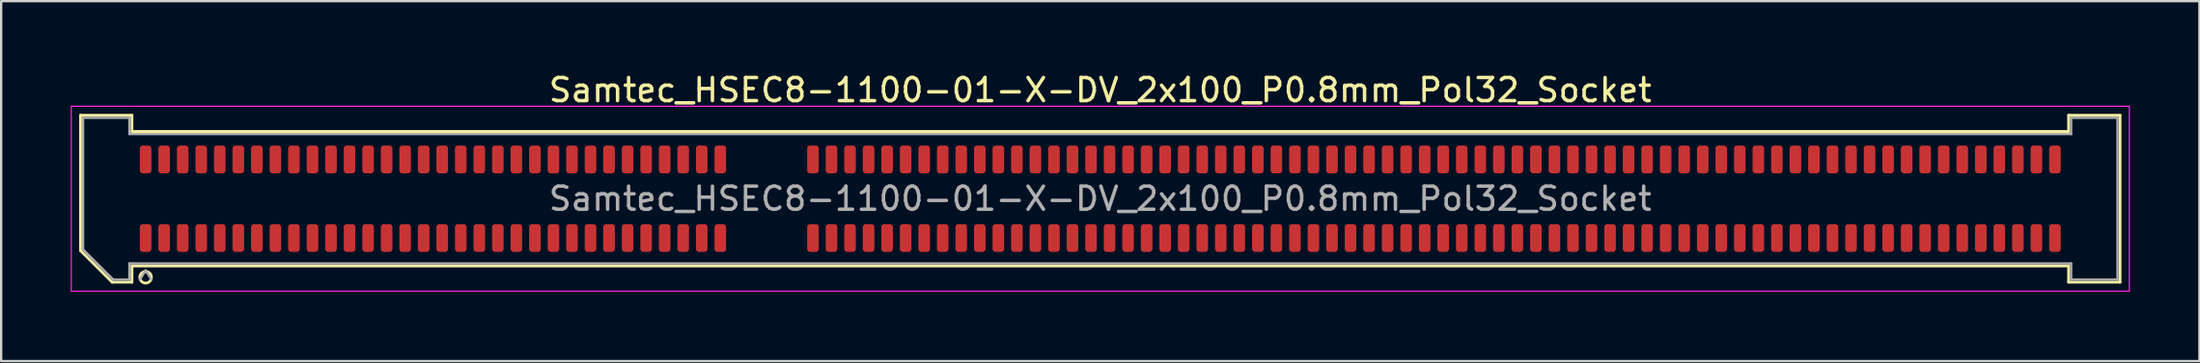
<source format=kicad_pcb>
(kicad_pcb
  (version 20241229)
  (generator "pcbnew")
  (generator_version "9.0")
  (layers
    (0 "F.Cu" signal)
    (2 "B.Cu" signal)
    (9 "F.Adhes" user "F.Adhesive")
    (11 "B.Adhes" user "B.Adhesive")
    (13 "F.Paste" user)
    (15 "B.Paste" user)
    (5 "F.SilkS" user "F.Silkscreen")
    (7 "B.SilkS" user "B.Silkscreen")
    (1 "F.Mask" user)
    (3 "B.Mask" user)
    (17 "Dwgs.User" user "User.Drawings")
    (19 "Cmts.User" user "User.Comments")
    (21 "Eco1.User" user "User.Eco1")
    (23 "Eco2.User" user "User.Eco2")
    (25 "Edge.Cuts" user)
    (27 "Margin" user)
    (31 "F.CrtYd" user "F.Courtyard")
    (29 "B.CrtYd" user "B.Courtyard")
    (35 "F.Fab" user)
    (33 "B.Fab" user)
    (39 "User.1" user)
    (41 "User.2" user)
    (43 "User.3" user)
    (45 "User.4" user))
  (footprint "Samtec_HSEC8-1100-01-X-DV_2x100_P0.8mm_Pol32_Socket"
    (layer "F.Cu")
    (at 44.435 5.548)
    (property "Reference" "Samtec_HSEC8-1100-01-X-DV_2x100_P0.8mm_Pol32_Socket" (at 0 -4.7 0) (layer "F.SilkS") (effects (font (size 1 1) (thickness 0.15))))
    (attr smd)
    (fp_line (start -44.01 -3.61) (end -41.79 -3.61) (stroke (width 0.12) (type solid)) (layer "F.SilkS"))
    (fp_line (start -44.01 2.246) (end -44.01 -3.61) (stroke (width 0.12) (type solid)) (layer "F.SilkS"))
    (fp_line (start -42.646 3.61) (end -44.01 2.246) (stroke (width 0.12) (type solid)) (layer "F.SilkS"))
    (fp_line (start -41.79 -3.61) (end -41.79 -2.91) (stroke (width 0.12) (type solid)) (layer "F.SilkS"))
    (fp_line (start -41.79 -2.91) (end 41.79 -2.91) (stroke (width 0.12) (type solid)) (layer "F.SilkS"))
    (fp_line (start -41.79 2.91) (end -41.79 3.61) (stroke (width 0.12) (type solid)) (layer "F.SilkS"))
    (fp_line (start -41.79 3.61) (end -42.646 3.61) (stroke (width 0.12) (type solid)) (layer "F.SilkS"))
    (fp_line (start 41.79 -3.61) (end 44.01 -3.61) (stroke (width 0.12) (type solid)) (layer "F.SilkS"))
    (fp_line (start 41.79 -2.91) (end 41.79 -3.61) (stroke (width 0.12) (type solid)) (layer "F.SilkS"))
    (fp_line (start 41.79 2.91) (end -41.79 2.91) (stroke (width 0.12) (type solid)) (layer "F.SilkS"))
    (fp_line (start 41.79 3.61) (end 41.79 2.91) (stroke (width 0.12) (type solid)) (layer "F.SilkS"))
    (fp_line (start 44.01 -3.61) (end 44.01 3.61) (stroke (width 0.12) (type solid)) (layer "F.SilkS"))
    (fp_line (start 44.01 3.61) (end 41.79 3.61) (stroke (width 0.12) (type solid)) (layer "F.SilkS"))
    (fp_arc (start -40.95 3.4) (mid -41.45 3.4) (end -40.95 3.4) (stroke (width 0.12) (type solid)) (layer "F.SilkS"))
    (fp_line (start -44.41 -4) (end -44.41 4) (stroke (width 0.05) (type solid)) (layer "F.CrtYd"))
    (fp_line (start -44.41 4) (end 44.41 4) (stroke (width 0.05) (type solid)) (layer "F.CrtYd"))
    (fp_line (start 44.41 -4) (end -44.41 -4) (stroke (width 0.05) (type solid)) (layer "F.CrtYd"))
    (fp_line (start 44.41 4) (end 44.41 -4) (stroke (width 0.05) (type solid)) (layer "F.CrtYd"))
    (fp_line (start -43.9 -3.5) (end -41.9 -3.5) (stroke (width 0.1) (type solid)) (layer "F.Fab"))
    (fp_line (start -43.9 2.2) (end -43.9 -3.5) (stroke (width 0.1) (type solid)) (layer "F.Fab"))
    (fp_line (start -42.6 3.5) (end -43.9 2.2) (stroke (width 0.1) (type solid)) (layer "F.Fab"))
    (fp_line (start -41.9 -3.5) (end -41.9 -2.8) (stroke (width 0.1) (type solid)) (layer "F.Fab"))
    (fp_line (start -41.9 -2.8) (end 41.9 -2.8) (stroke (width 0.1) (type solid)) (layer "F.Fab"))
    (fp_line (start -41.9 2.8) (end -41.9 3.5) (stroke (width 0.1) (type solid)) (layer "F.Fab"))
    (fp_line (start -41.9 3.5) (end -42.6 3.5) (stroke (width 0.1) (type solid)) (layer "F.Fab"))
    (fp_line (start -41.2 3.1) (end -41.45 3.5) (stroke (width 0.1) (type solid)) (layer "F.Fab"))
    (fp_line (start -41.2 3.1) (end -40.95 3.5) (stroke (width 0.1) (type solid)) (layer "F.Fab"))
    (fp_line (start 41.9 -3.5) (end 43.9 -3.5) (stroke (width 0.1) (type solid)) (layer "F.Fab"))
    (fp_line (start 41.9 -2.8) (end 41.9 -3.5) (stroke (width 0.1) (type solid)) (layer "F.Fab"))
    (fp_line (start 41.9 2.8) (end -41.9 2.8) (stroke (width 0.1) (type solid)) (layer "F.Fab"))
    (fp_line (start 41.9 3.5) (end 41.9 2.8) (stroke (width 0.1) (type solid)) (layer "F.Fab"))
    (fp_line (start 43.9 -3.5) (end 43.9 3.5) (stroke (width 0.1) (type solid)) (layer "F.Fab"))
    (fp_line (start 43.9 3.5) (end 41.9 3.5) (stroke (width 0.1) (type solid)) (layer "F.Fab"))
    (fp_text user "${REFERENCE}" (at 0 0 0) (layer "F.Fab") (effects (font (size 1 1) (thickness 0.15))))
    (pad "1" smd roundrect (at -41.2 1.7) (size 0.5 1.2) (layers "F.Cu" "F.Mask" "F.Paste") (roundrect_rratio 0.25))
    (pad "2" smd roundrect (at -41.2 -1.7) (size 0.5 1.2) (layers "F.Cu" "F.Mask" "F.Paste") (roundrect_rratio 0.25))
    (pad "3" smd roundrect (at -40.4 1.7) (size 0.5 1.2) (layers "F.Cu" "F.Mask" "F.Paste") (roundrect_rratio 0.25))
    (pad "4" smd roundrect (at -40.4 -1.7) (size 0.5 1.2) (layers "F.Cu" "F.Mask" "F.Paste") (roundrect_rratio 0.25))
    (pad "5" smd roundrect (at -39.6 1.7) (size 0.5 1.2) (layers "F.Cu" "F.Mask" "F.Paste") (roundrect_rratio 0.25))
    (pad "6" smd roundrect (at -39.6 -1.7) (size 0.5 1.2) (layers "F.Cu" "F.Mask" "F.Paste") (roundrect_rratio 0.25))
    (pad "7" smd roundrect (at -38.8 1.7) (size 0.5 1.2) (layers "F.Cu" "F.Mask" "F.Paste") (roundrect_rratio 0.25))
    (pad "8" smd roundrect (at -38.8 -1.7) (size 0.5 1.2) (layers "F.Cu" "F.Mask" "F.Paste") (roundrect_rratio 0.25))
    (pad "9" smd roundrect (at -38 1.7) (size 0.5 1.2) (layers "F.Cu" "F.Mask" "F.Paste") (roundrect_rratio 0.25))
    (pad "10" smd roundrect (at -38 -1.7) (size 0.5 1.2) (layers "F.Cu" "F.Mask" "F.Paste") (roundrect_rratio 0.25))
    (pad "11" smd roundrect (at -37.2 1.7) (size 0.5 1.2) (layers "F.Cu" "F.Mask" "F.Paste") (roundrect_rratio 0.25))
    (pad "12" smd roundrect (at -37.2 -1.7) (size 0.5 1.2) (layers "F.Cu" "F.Mask" "F.Paste") (roundrect_rratio 0.25))
    (pad "13" smd roundrect (at -36.4 1.7) (size 0.5 1.2) (layers "F.Cu" "F.Mask" "F.Paste") (roundrect_rratio 0.25))
    (pad "14" smd roundrect (at -36.4 -1.7) (size 0.5 1.2) (layers "F.Cu" "F.Mask" "F.Paste") (roundrect_rratio 0.25))
    (pad "15" smd roundrect (at -35.6 1.7) (size 0.5 1.2) (layers "F.Cu" "F.Mask" "F.Paste") (roundrect_rratio 0.25))
    (pad "16" smd roundrect (at -35.6 -1.7) (size 0.5 1.2) (layers "F.Cu" "F.Mask" "F.Paste") (roundrect_rratio 0.25))
    (pad "17" smd roundrect (at -34.8 1.7) (size 0.5 1.2) (layers "F.Cu" "F.Mask" "F.Paste") (roundrect_rratio 0.25))
    (pad "18" smd roundrect (at -34.8 -1.7) (size 0.5 1.2) (layers "F.Cu" "F.Mask" "F.Paste") (roundrect_rratio 0.25))
    (pad "19" smd roundrect (at -34 1.7) (size 0.5 1.2) (layers "F.Cu" "F.Mask" "F.Paste") (roundrect_rratio 0.25))
    (pad "20" smd roundrect (at -34 -1.7) (size 0.5 1.2) (layers "F.Cu" "F.Mask" "F.Paste") (roundrect_rratio 0.25))
    (pad "21" smd roundrect (at -33.2 1.7) (size 0.5 1.2) (layers "F.Cu" "F.Mask" "F.Paste") (roundrect_rratio 0.25))
    (pad "22" smd roundrect (at -33.2 -1.7) (size 0.5 1.2) (layers "F.Cu" "F.Mask" "F.Paste") (roundrect_rratio 0.25))
    (pad "23" smd roundrect (at -32.4 1.7) (size 0.5 1.2) (layers "F.Cu" "F.Mask" "F.Paste") (roundrect_rratio 0.25))
    (pad "24" smd roundrect (at -32.4 -1.7) (size 0.5 1.2) (layers "F.Cu" "F.Mask" "F.Paste") (roundrect_rratio 0.25))
    (pad "25" smd roundrect (at -31.6 1.7) (size 0.5 1.2) (layers "F.Cu" "F.Mask" "F.Paste") (roundrect_rratio 0.25))
    (pad "26" smd roundrect (at -31.6 -1.7) (size 0.5 1.2) (layers "F.Cu" "F.Mask" "F.Paste") (roundrect_rratio 0.25))
    (pad "27" smd roundrect (at -30.8 1.7) (size 0.5 1.2) (layers "F.Cu" "F.Mask" "F.Paste") (roundrect_rratio 0.25))
    (pad "28" smd roundrect (at -30.8 -1.7) (size 0.5 1.2) (layers "F.Cu" "F.Mask" "F.Paste") (roundrect_rratio 0.25))
    (pad "29" smd roundrect (at -30 1.7) (size 0.5 1.2) (layers "F.Cu" "F.Mask" "F.Paste") (roundrect_rratio 0.25))
    (pad "30" smd roundrect (at -30 -1.7) (size 0.5 1.2) (layers "F.Cu" "F.Mask" "F.Paste") (roundrect_rratio 0.25))
    (pad "31" smd roundrect (at -29.2 1.7) (size 0.5 1.2) (layers "F.Cu" "F.Mask" "F.Paste") (roundrect_rratio 0.25))
    (pad "32" smd roundrect (at -29.2 -1.7) (size 0.5 1.2) (layers "F.Cu" "F.Mask" "F.Paste") (roundrect_rratio 0.25))
    (pad "33" smd roundrect (at -28.4 1.7) (size 0.5 1.2) (layers "F.Cu" "F.Mask" "F.Paste") (roundrect_rratio 0.25))
    (pad "34" smd roundrect (at -28.4 -1.7) (size 0.5 1.2) (layers "F.Cu" "F.Mask" "F.Paste") (roundrect_rratio 0.25))
    (pad "35" smd roundrect (at -27.6 1.7) (size 0.5 1.2) (layers "F.Cu" "F.Mask" "F.Paste") (roundrect_rratio 0.25))
    (pad "36" smd roundrect (at -27.6 -1.7) (size 0.5 1.2) (layers "F.Cu" "F.Mask" "F.Paste") (roundrect_rratio 0.25))
    (pad "37" smd roundrect (at -26.8 1.7) (size 0.5 1.2) (layers "F.Cu" "F.Mask" "F.Paste") (roundrect_rratio 0.25))
    (pad "38" smd roundrect (at -26.8 -1.7) (size 0.5 1.2) (layers "F.Cu" "F.Mask" "F.Paste") (roundrect_rratio 0.25))
    (pad "39" smd roundrect (at -26 1.7) (size 0.5 1.2) (layers "F.Cu" "F.Mask" "F.Paste") (roundrect_rratio 0.25))
    (pad "40" smd roundrect (at -26 -1.7) (size 0.5 1.2) (layers "F.Cu" "F.Mask" "F.Paste") (roundrect_rratio 0.25))
    (pad "41" smd roundrect (at -25.2 1.7) (size 0.5 1.2) (layers "F.Cu" "F.Mask" "F.Paste") (roundrect_rratio 0.25))
    (pad "42" smd roundrect (at -25.2 -1.7) (size 0.5 1.2) (layers "F.Cu" "F.Mask" "F.Paste") (roundrect_rratio 0.25))
    (pad "43" smd roundrect (at -24.4 1.7) (size 0.5 1.2) (layers "F.Cu" "F.Mask" "F.Paste") (roundrect_rratio 0.25))
    (pad "44" smd roundrect (at -24.4 -1.7) (size 0.5 1.2) (layers "F.Cu" "F.Mask" "F.Paste") (roundrect_rratio 0.25))
    (pad "45" smd roundrect (at -23.6 1.7) (size 0.5 1.2) (layers "F.Cu" "F.Mask" "F.Paste") (roundrect_rratio 0.25))
    (pad "46" smd roundrect (at -23.6 -1.7) (size 0.5 1.2) (layers "F.Cu" "F.Mask" "F.Paste") (roundrect_rratio 0.25))
    (pad "47" smd roundrect (at -22.8 1.7) (size 0.5 1.2) (layers "F.Cu" "F.Mask" "F.Paste") (roundrect_rratio 0.25))
    (pad "48" smd roundrect (at -22.8 -1.7) (size 0.5 1.2) (layers "F.Cu" "F.Mask" "F.Paste") (roundrect_rratio 0.25))
    (pad "49" smd roundrect (at -22 1.7) (size 0.5 1.2) (layers "F.Cu" "F.Mask" "F.Paste") (roundrect_rratio 0.25))
    (pad "50" smd roundrect (at -22 -1.7) (size 0.5 1.2) (layers "F.Cu" "F.Mask" "F.Paste") (roundrect_rratio 0.25))
    (pad "51" smd roundrect (at -21.2 1.7) (size 0.5 1.2) (layers "F.Cu" "F.Mask" "F.Paste") (roundrect_rratio 0.25))
    (pad "52" smd roundrect (at -21.2 -1.7) (size 0.5 1.2) (layers "F.Cu" "F.Mask" "F.Paste") (roundrect_rratio 0.25))
    (pad "53" smd roundrect (at -20.4 1.7) (size 0.5 1.2) (layers "F.Cu" "F.Mask" "F.Paste") (roundrect_rratio 0.25))
    (pad "54" smd roundrect (at -20.4 -1.7) (size 0.5 1.2) (layers "F.Cu" "F.Mask" "F.Paste") (roundrect_rratio 0.25))
    (pad "55" smd roundrect (at -19.6 1.7) (size 0.5 1.2) (layers "F.Cu" "F.Mask" "F.Paste") (roundrect_rratio 0.25))
    (pad "56" smd roundrect (at -19.6 -1.7) (size 0.5 1.2) (layers "F.Cu" "F.Mask" "F.Paste") (roundrect_rratio 0.25))
    (pad "57" smd roundrect (at -18.8 1.7) (size 0.5 1.2) (layers "F.Cu" "F.Mask" "F.Paste") (roundrect_rratio 0.25))
    (pad "58" smd roundrect (at -18.8 -1.7) (size 0.5 1.2) (layers "F.Cu" "F.Mask" "F.Paste") (roundrect_rratio 0.25))
    (pad "59" smd roundrect (at -18 1.7) (size 0.5 1.2) (layers "F.Cu" "F.Mask" "F.Paste") (roundrect_rratio 0.25))
    (pad "60" smd roundrect (at -18 -1.7) (size 0.5 1.2) (layers "F.Cu" "F.Mask" "F.Paste") (roundrect_rratio 0.25))
    (pad "61" smd roundrect (at -17.2 1.7) (size 0.5 1.2) (layers "F.Cu" "F.Mask" "F.Paste") (roundrect_rratio 0.25))
    (pad "62" smd roundrect (at -17.2 -1.7) (size 0.5 1.2) (layers "F.Cu" "F.Mask" "F.Paste") (roundrect_rratio 0.25))
    (pad "63" smd roundrect (at -16.4 1.7) (size 0.5 1.2) (layers "F.Cu" "F.Mask" "F.Paste") (roundrect_rratio 0.25))
    (pad "64" smd roundrect (at -16.4 -1.7) (size 0.5 1.2) (layers "F.Cu" "F.Mask" "F.Paste") (roundrect_rratio 0.25))
    (pad "65" smd roundrect (at -12.4 1.7) (size 0.5 1.2) (layers "F.Cu" "F.Mask" "F.Paste") (roundrect_rratio 0.25))
    (pad "66" smd roundrect (at -12.4 -1.7) (size 0.5 1.2) (layers "F.Cu" "F.Mask" "F.Paste") (roundrect_rratio 0.25))
    (pad "67" smd roundrect (at -11.6 1.7) (size 0.5 1.2) (layers "F.Cu" "F.Mask" "F.Paste") (roundrect_rratio 0.25))
    (pad "68" smd roundrect (at -11.6 -1.7) (size 0.5 1.2) (layers "F.Cu" "F.Mask" "F.Paste") (roundrect_rratio 0.25))
    (pad "69" smd roundrect (at -10.8 1.7) (size 0.5 1.2) (layers "F.Cu" "F.Mask" "F.Paste") (roundrect_rratio 0.25))
    (pad "70" smd roundrect (at -10.8 -1.7) (size 0.5 1.2) (layers "F.Cu" "F.Mask" "F.Paste") (roundrect_rratio 0.25))
    (pad "71" smd roundrect (at -10 1.7) (size 0.5 1.2) (layers "F.Cu" "F.Mask" "F.Paste") (roundrect_rratio 0.25))
    (pad "72" smd roundrect (at -10 -1.7) (size 0.5 1.2) (layers "F.Cu" "F.Mask" "F.Paste") (roundrect_rratio 0.25))
    (pad "73" smd roundrect (at -9.2 1.7) (size 0.5 1.2) (layers "F.Cu" "F.Mask" "F.Paste") (roundrect_rratio 0.25))
    (pad "74" smd roundrect (at -9.2 -1.7) (size 0.5 1.2) (layers "F.Cu" "F.Mask" "F.Paste") (roundrect_rratio 0.25))
    (pad "75" smd roundrect (at -8.4 1.7) (size 0.5 1.2) (layers "F.Cu" "F.Mask" "F.Paste") (roundrect_rratio 0.25))
    (pad "76" smd roundrect (at -8.4 -1.7) (size 0.5 1.2) (layers "F.Cu" "F.Mask" "F.Paste") (roundrect_rratio 0.25))
    (pad "77" smd roundrect (at -7.6 1.7) (size 0.5 1.2) (layers "F.Cu" "F.Mask" "F.Paste") (roundrect_rratio 0.25))
    (pad "78" smd roundrect (at -7.6 -1.7) (size 0.5 1.2) (layers "F.Cu" "F.Mask" "F.Paste") (roundrect_rratio 0.25))
    (pad "79" smd roundrect (at -6.8 1.7) (size 0.5 1.2) (layers "F.Cu" "F.Mask" "F.Paste") (roundrect_rratio 0.25))
    (pad "80" smd roundrect (at -6.8 -1.7) (size 0.5 1.2) (layers "F.Cu" "F.Mask" "F.Paste") (roundrect_rratio 0.25))
    (pad "81" smd roundrect (at -6 1.7) (size 0.5 1.2) (layers "F.Cu" "F.Mask" "F.Paste") (roundrect_rratio 0.25))
    (pad "82" smd roundrect (at -6 -1.7) (size 0.5 1.2) (layers "F.Cu" "F.Mask" "F.Paste") (roundrect_rratio 0.25))
    (pad "83" smd roundrect (at -5.2 1.7) (size 0.5 1.2) (layers "F.Cu" "F.Mask" "F.Paste") (roundrect_rratio 0.25))
    (pad "84" smd roundrect (at -5.2 -1.7) (size 0.5 1.2) (layers "F.Cu" "F.Mask" "F.Paste") (roundrect_rratio 0.25))
    (pad "85" smd roundrect (at -4.4 1.7) (size 0.5 1.2) (layers "F.Cu" "F.Mask" "F.Paste") (roundrect_rratio 0.25))
    (pad "86" smd roundrect (at -4.4 -1.7) (size 0.5 1.2) (layers "F.Cu" "F.Mask" "F.Paste") (roundrect_rratio 0.25))
    (pad "87" smd roundrect (at -3.6 1.7) (size 0.5 1.2) (layers "F.Cu" "F.Mask" "F.Paste") (roundrect_rratio 0.25))
    (pad "88" smd roundrect (at -3.6 -1.7) (size 0.5 1.2) (layers "F.Cu" "F.Mask" "F.Paste") (roundrect_rratio 0.25))
    (pad "89" smd roundrect (at -2.8 1.7) (size 0.5 1.2) (layers "F.Cu" "F.Mask" "F.Paste") (roundrect_rratio 0.25))
    (pad "90" smd roundrect (at -2.8 -1.7) (size 0.5 1.2) (layers "F.Cu" "F.Mask" "F.Paste") (roundrect_rratio 0.25))
    (pad "91" smd roundrect (at -2 1.7) (size 0.5 1.2) (layers "F.Cu" "F.Mask" "F.Paste") (roundrect_rratio 0.25))
    (pad "92" smd roundrect (at -2 -1.7) (size 0.5 1.2) (layers "F.Cu" "F.Mask" "F.Paste") (roundrect_rratio 0.25))
    (pad "93" smd roundrect (at -1.2 1.7) (size 0.5 1.2) (layers "F.Cu" "F.Mask" "F.Paste") (roundrect_rratio 0.25))
    (pad "94" smd roundrect (at -1.2 -1.7) (size 0.5 1.2) (layers "F.Cu" "F.Mask" "F.Paste") (roundrect_rratio 0.25))
    (pad "95" smd roundrect (at -0.4 1.7) (size 0.5 1.2) (layers "F.Cu" "F.Mask" "F.Paste") (roundrect_rratio 0.25))
    (pad "96" smd roundrect (at -0.4 -1.7) (size 0.5 1.2) (layers "F.Cu" "F.Mask" "F.Paste") (roundrect_rratio 0.25))
    (pad "97" smd roundrect (at 0.4 1.7) (size 0.5 1.2) (layers "F.Cu" "F.Mask" "F.Paste") (roundrect_rratio 0.25))
    (pad "98" smd roundrect (at 0.4 -1.7) (size 0.5 1.2) (layers "F.Cu" "F.Mask" "F.Paste") (roundrect_rratio 0.25))
    (pad "99" smd roundrect (at 1.2 1.7) (size 0.5 1.2) (layers "F.Cu" "F.Mask" "F.Paste") (roundrect_rratio 0.25))
    (pad "100" smd roundrect (at 1.2 -1.7) (size 0.5 1.2) (layers "F.Cu" "F.Mask" "F.Paste") (roundrect_rratio 0.25))
    (pad "101" smd roundrect (at 2 1.7) (size 0.5 1.2) (layers "F.Cu" "F.Mask" "F.Paste") (roundrect_rratio 0.25))
    (pad "102" smd roundrect (at 2 -1.7) (size 0.5 1.2) (layers "F.Cu" "F.Mask" "F.Paste") (roundrect_rratio 0.25))
    (pad "103" smd roundrect (at 2.8 1.7) (size 0.5 1.2) (layers "F.Cu" "F.Mask" "F.Paste") (roundrect_rratio 0.25))
    (pad "104" smd roundrect (at 2.8 -1.7) (size 0.5 1.2) (layers "F.Cu" "F.Mask" "F.Paste") (roundrect_rratio 0.25))
    (pad "105" smd roundrect (at 3.6 1.7) (size 0.5 1.2) (layers "F.Cu" "F.Mask" "F.Paste") (roundrect_rratio 0.25))
    (pad "106" smd roundrect (at 3.6 -1.7) (size 0.5 1.2) (layers "F.Cu" "F.Mask" "F.Paste") (roundrect_rratio 0.25))
    (pad "107" smd roundrect (at 4.4 1.7) (size 0.5 1.2) (layers "F.Cu" "F.Mask" "F.Paste") (roundrect_rratio 0.25))
    (pad "108" smd roundrect (at 4.4 -1.7) (size 0.5 1.2) (layers "F.Cu" "F.Mask" "F.Paste") (roundrect_rratio 0.25))
    (pad "109" smd roundrect (at 5.2 1.7) (size 0.5 1.2) (layers "F.Cu" "F.Mask" "F.Paste") (roundrect_rratio 0.25))
    (pad "110" smd roundrect (at 5.2 -1.7) (size 0.5 1.2) (layers "F.Cu" "F.Mask" "F.Paste") (roundrect_rratio 0.25))
    (pad "111" smd roundrect (at 6 1.7) (size 0.5 1.2) (layers "F.Cu" "F.Mask" "F.Paste") (roundrect_rratio 0.25))
    (pad "112" smd roundrect (at 6 -1.7) (size 0.5 1.2) (layers "F.Cu" "F.Mask" "F.Paste") (roundrect_rratio 0.25))
    (pad "113" smd roundrect (at 6.8 1.7) (size 0.5 1.2) (layers "F.Cu" "F.Mask" "F.Paste") (roundrect_rratio 0.25))
    (pad "114" smd roundrect (at 6.8 -1.7) (size 0.5 1.2) (layers "F.Cu" "F.Mask" "F.Paste") (roundrect_rratio 0.25))
    (pad "115" smd roundrect (at 7.6 1.7) (size 0.5 1.2) (layers "F.Cu" "F.Mask" "F.Paste") (roundrect_rratio 0.25))
    (pad "116" smd roundrect (at 7.6 -1.7) (size 0.5 1.2) (layers "F.Cu" "F.Mask" "F.Paste") (roundrect_rratio 0.25))
    (pad "117" smd roundrect (at 8.4 1.7) (size 0.5 1.2) (layers "F.Cu" "F.Mask" "F.Paste") (roundrect_rratio 0.25))
    (pad "118" smd roundrect (at 8.4 -1.7) (size 0.5 1.2) (layers "F.Cu" "F.Mask" "F.Paste") (roundrect_rratio 0.25))
    (pad "119" smd roundrect (at 9.2 1.7) (size 0.5 1.2) (layers "F.Cu" "F.Mask" "F.Paste") (roundrect_rratio 0.25))
    (pad "120" smd roundrect (at 9.2 -1.7) (size 0.5 1.2) (layers "F.Cu" "F.Mask" "F.Paste") (roundrect_rratio 0.25))
    (pad "121" smd roundrect (at 10 1.7) (size 0.5 1.2) (layers "F.Cu" "F.Mask" "F.Paste") (roundrect_rratio 0.25))
    (pad "122" smd roundrect (at 10 -1.7) (size 0.5 1.2) (layers "F.Cu" "F.Mask" "F.Paste") (roundrect_rratio 0.25))
    (pad "123" smd roundrect (at 10.8 1.7) (size 0.5 1.2) (layers "F.Cu" "F.Mask" "F.Paste") (roundrect_rratio 0.25))
    (pad "124" smd roundrect (at 10.8 -1.7) (size 0.5 1.2) (layers "F.Cu" "F.Mask" "F.Paste") (roundrect_rratio 0.25))
    (pad "125" smd roundrect (at 11.6 1.7) (size 0.5 1.2) (layers "F.Cu" "F.Mask" "F.Paste") (roundrect_rratio 0.25))
    (pad "126" smd roundrect (at 11.6 -1.7) (size 0.5 1.2) (layers "F.Cu" "F.Mask" "F.Paste") (roundrect_rratio 0.25))
    (pad "127" smd roundrect (at 12.4 1.7) (size 0.5 1.2) (layers "F.Cu" "F.Mask" "F.Paste") (roundrect_rratio 0.25))
    (pad "128" smd roundrect (at 12.4 -1.7) (size 0.5 1.2) (layers "F.Cu" "F.Mask" "F.Paste") (roundrect_rratio 0.25))
    (pad "129" smd roundrect (at 13.2 1.7) (size 0.5 1.2) (layers "F.Cu" "F.Mask" "F.Paste") (roundrect_rratio 0.25))
    (pad "130" smd roundrect (at 13.2 -1.7) (size 0.5 1.2) (layers "F.Cu" "F.Mask" "F.Paste") (roundrect_rratio 0.25))
    (pad "131" smd roundrect (at 14 1.7) (size 0.5 1.2) (layers "F.Cu" "F.Mask" "F.Paste") (roundrect_rratio 0.25))
    (pad "132" smd roundrect (at 14 -1.7) (size 0.5 1.2) (layers "F.Cu" "F.Mask" "F.Paste") (roundrect_rratio 0.25))
    (pad "133" smd roundrect (at 14.8 1.7) (size 0.5 1.2) (layers "F.Cu" "F.Mask" "F.Paste") (roundrect_rratio 0.25))
    (pad "134" smd roundrect (at 14.8 -1.7) (size 0.5 1.2) (layers "F.Cu" "F.Mask" "F.Paste") (roundrect_rratio 0.25))
    (pad "135" smd roundrect (at 15.6 1.7) (size 0.5 1.2) (layers "F.Cu" "F.Mask" "F.Paste") (roundrect_rratio 0.25))
    (pad "136" smd roundrect (at 15.6 -1.7) (size 0.5 1.2) (layers "F.Cu" "F.Mask" "F.Paste") (roundrect_rratio 0.25))
    (pad "137" smd roundrect (at 16.4 1.7) (size 0.5 1.2) (layers "F.Cu" "F.Mask" "F.Paste") (roundrect_rratio 0.25))
    (pad "138" smd roundrect (at 16.4 -1.7) (size 0.5 1.2) (layers "F.Cu" "F.Mask" "F.Paste") (roundrect_rratio 0.25))
    (pad "139" smd roundrect (at 17.2 1.7) (size 0.5 1.2) (layers "F.Cu" "F.Mask" "F.Paste") (roundrect_rratio 0.25))
    (pad "140" smd roundrect (at 17.2 -1.7) (size 0.5 1.2) (layers "F.Cu" "F.Mask" "F.Paste") (roundrect_rratio 0.25))
    (pad "141" smd roundrect (at 18 1.7) (size 0.5 1.2) (layers "F.Cu" "F.Mask" "F.Paste") (roundrect_rratio 0.25))
    (pad "142" smd roundrect (at 18 -1.7) (size 0.5 1.2) (layers "F.Cu" "F.Mask" "F.Paste") (roundrect_rratio 0.25))
    (pad "143" smd roundrect (at 18.8 1.7) (size 0.5 1.2) (layers "F.Cu" "F.Mask" "F.Paste") (roundrect_rratio 0.25))
    (pad "144" smd roundrect (at 18.8 -1.7) (size 0.5 1.2) (layers "F.Cu" "F.Mask" "F.Paste") (roundrect_rratio 0.25))
    (pad "145" smd roundrect (at 19.6 1.7) (size 0.5 1.2) (layers "F.Cu" "F.Mask" "F.Paste") (roundrect_rratio 0.25))
    (pad "146" smd roundrect (at 19.6 -1.7) (size 0.5 1.2) (layers "F.Cu" "F.Mask" "F.Paste") (roundrect_rratio 0.25))
    (pad "147" smd roundrect (at 20.4 1.7) (size 0.5 1.2) (layers "F.Cu" "F.Mask" "F.Paste") (roundrect_rratio 0.25))
    (pad "148" smd roundrect (at 20.4 -1.7) (size 0.5 1.2) (layers "F.Cu" "F.Mask" "F.Paste") (roundrect_rratio 0.25))
    (pad "149" smd roundrect (at 21.2 1.7) (size 0.5 1.2) (layers "F.Cu" "F.Mask" "F.Paste") (roundrect_rratio 0.25))
    (pad "150" smd roundrect (at 21.2 -1.7) (size 0.5 1.2) (layers "F.Cu" "F.Mask" "F.Paste") (roundrect_rratio 0.25))
    (pad "151" smd roundrect (at 22 1.7) (size 0.5 1.2) (layers "F.Cu" "F.Mask" "F.Paste") (roundrect_rratio 0.25))
    (pad "152" smd roundrect (at 22 -1.7) (size 0.5 1.2) (layers "F.Cu" "F.Mask" "F.Paste") (roundrect_rratio 0.25))
    (pad "153" smd roundrect (at 22.8 1.7) (size 0.5 1.2) (layers "F.Cu" "F.Mask" "F.Paste") (roundrect_rratio 0.25))
    (pad "154" smd roundrect (at 22.8 -1.7) (size 0.5 1.2) (layers "F.Cu" "F.Mask" "F.Paste") (roundrect_rratio 0.25))
    (pad "155" smd roundrect (at 23.6 1.7) (size 0.5 1.2) (layers "F.Cu" "F.Mask" "F.Paste") (roundrect_rratio 0.25))
    (pad "156" smd roundrect (at 23.6 -1.7) (size 0.5 1.2) (layers "F.Cu" "F.Mask" "F.Paste") (roundrect_rratio 0.25))
    (pad "157" smd roundrect (at 24.4 1.7) (size 0.5 1.2) (layers "F.Cu" "F.Mask" "F.Paste") (roundrect_rratio 0.25))
    (pad "158" smd roundrect (at 24.4 -1.7) (size 0.5 1.2) (layers "F.Cu" "F.Mask" "F.Paste") (roundrect_rratio 0.25))
    (pad "159" smd roundrect (at 25.2 1.7) (size 0.5 1.2) (layers "F.Cu" "F.Mask" "F.Paste") (roundrect_rratio 0.25))
    (pad "160" smd roundrect (at 25.2 -1.7) (size 0.5 1.2) (layers "F.Cu" "F.Mask" "F.Paste") (roundrect_rratio 0.25))
    (pad "161" smd roundrect (at 26 1.7) (size 0.5 1.2) (layers "F.Cu" "F.Mask" "F.Paste") (roundrect_rratio 0.25))
    (pad "162" smd roundrect (at 26 -1.7) (size 0.5 1.2) (layers "F.Cu" "F.Mask" "F.Paste") (roundrect_rratio 0.25))
    (pad "163" smd roundrect (at 26.8 1.7) (size 0.5 1.2) (layers "F.Cu" "F.Mask" "F.Paste") (roundrect_rratio 0.25))
    (pad "164" smd roundrect (at 26.8 -1.7) (size 0.5 1.2) (layers "F.Cu" "F.Mask" "F.Paste") (roundrect_rratio 0.25))
    (pad "165" smd roundrect (at 27.6 1.7) (size 0.5 1.2) (layers "F.Cu" "F.Mask" "F.Paste") (roundrect_rratio 0.25))
    (pad "166" smd roundrect (at 27.6 -1.7) (size 0.5 1.2) (layers "F.Cu" "F.Mask" "F.Paste") (roundrect_rratio 0.25))
    (pad "167" smd roundrect (at 28.4 1.7) (size 0.5 1.2) (layers "F.Cu" "F.Mask" "F.Paste") (roundrect_rratio 0.25))
    (pad "168" smd roundrect (at 28.4 -1.7) (size 0.5 1.2) (layers "F.Cu" "F.Mask" "F.Paste") (roundrect_rratio 0.25))
    (pad "169" smd roundrect (at 29.2 1.7) (size 0.5 1.2) (layers "F.Cu" "F.Mask" "F.Paste") (roundrect_rratio 0.25))
    (pad "170" smd roundrect (at 29.2 -1.7) (size 0.5 1.2) (layers "F.Cu" "F.Mask" "F.Paste") (roundrect_rratio 0.25))
    (pad "171" smd roundrect (at 30 1.7) (size 0.5 1.2) (layers "F.Cu" "F.Mask" "F.Paste") (roundrect_rratio 0.25))
    (pad "172" smd roundrect (at 30 -1.7) (size 0.5 1.2) (layers "F.Cu" "F.Mask" "F.Paste") (roundrect_rratio 0.25))
    (pad "173" smd roundrect (at 30.8 1.7) (size 0.5 1.2) (layers "F.Cu" "F.Mask" "F.Paste") (roundrect_rratio 0.25))
    (pad "174" smd roundrect (at 30.8 -1.7) (size 0.5 1.2) (layers "F.Cu" "F.Mask" "F.Paste") (roundrect_rratio 0.25))
    (pad "175" smd roundrect (at 31.6 1.7) (size 0.5 1.2) (layers "F.Cu" "F.Mask" "F.Paste") (roundrect_rratio 0.25))
    (pad "176" smd roundrect (at 31.6 -1.7) (size 0.5 1.2) (layers "F.Cu" "F.Mask" "F.Paste") (roundrect_rratio 0.25))
    (pad "177" smd roundrect (at 32.4 1.7) (size 0.5 1.2) (layers "F.Cu" "F.Mask" "F.Paste") (roundrect_rratio 0.25))
    (pad "178" smd roundrect (at 32.4 -1.7) (size 0.5 1.2) (layers "F.Cu" "F.Mask" "F.Paste") (roundrect_rratio 0.25))
    (pad "179" smd roundrect (at 33.2 1.7) (size 0.5 1.2) (layers "F.Cu" "F.Mask" "F.Paste") (roundrect_rratio 0.25))
    (pad "180" smd roundrect (at 33.2 -1.7) (size 0.5 1.2) (layers "F.Cu" "F.Mask" "F.Paste") (roundrect_rratio 0.25))
    (pad "181" smd roundrect (at 34 1.7) (size 0.5 1.2) (layers "F.Cu" "F.Mask" "F.Paste") (roundrect_rratio 0.25))
    (pad "182" smd roundrect (at 34 -1.7) (size 0.5 1.2) (layers "F.Cu" "F.Mask" "F.Paste") (roundrect_rratio 0.25))
    (pad "183" smd roundrect (at 34.8 1.7) (size 0.5 1.2) (layers "F.Cu" "F.Mask" "F.Paste") (roundrect_rratio 0.25))
    (pad "184" smd roundrect (at 34.8 -1.7) (size 0.5 1.2) (layers "F.Cu" "F.Mask" "F.Paste") (roundrect_rratio 0.25))
    (pad "185" smd roundrect (at 35.6 1.7) (size 0.5 1.2) (layers "F.Cu" "F.Mask" "F.Paste") (roundrect_rratio 0.25))
    (pad "186" smd roundrect (at 35.6 -1.7) (size 0.5 1.2) (layers "F.Cu" "F.Mask" "F.Paste") (roundrect_rratio 0.25))
    (pad "187" smd roundrect (at 36.4 1.7) (size 0.5 1.2) (layers "F.Cu" "F.Mask" "F.Paste") (roundrect_rratio 0.25))
    (pad "188" smd roundrect (at 36.4 -1.7) (size 0.5 1.2) (layers "F.Cu" "F.Mask" "F.Paste") (roundrect_rratio 0.25))
    (pad "189" smd roundrect (at 37.2 1.7) (size 0.5 1.2) (layers "F.Cu" "F.Mask" "F.Paste") (roundrect_rratio 0.25))
    (pad "190" smd roundrect (at 37.2 -1.7) (size 0.5 1.2) (layers "F.Cu" "F.Mask" "F.Paste") (roundrect_rratio 0.25))
    (pad "191" smd roundrect (at 38 1.7) (size 0.5 1.2) (layers "F.Cu" "F.Mask" "F.Paste") (roundrect_rratio 0.25))
    (pad "192" smd roundrect (at 38 -1.7) (size 0.5 1.2) (layers "F.Cu" "F.Mask" "F.Paste") (roundrect_rratio 0.25))
    (pad "193" smd roundrect (at 38.8 1.7) (size 0.5 1.2) (layers "F.Cu" "F.Mask" "F.Paste") (roundrect_rratio 0.25))
    (pad "194" smd roundrect (at 38.8 -1.7) (size 0.5 1.2) (layers "F.Cu" "F.Mask" "F.Paste") (roundrect_rratio 0.25))
    (pad "195" smd roundrect (at 39.6 1.7) (size 0.5 1.2) (layers "F.Cu" "F.Mask" "F.Paste") (roundrect_rratio 0.25))
    (pad "196" smd roundrect (at 39.6 -1.7) (size 0.5 1.2) (layers "F.Cu" "F.Mask" "F.Paste") (roundrect_rratio 0.25))
    (pad "197" smd roundrect (at 40.4 1.7) (size 0.5 1.2) (layers "F.Cu" "F.Mask" "F.Paste") (roundrect_rratio 0.25))
    (pad "198" smd roundrect (at 40.4 -1.7) (size 0.5 1.2) (layers "F.Cu" "F.Mask" "F.Paste") (roundrect_rratio 0.25))
    (pad "199" smd roundrect (at 41.2 1.7) (size 0.5 1.2) (layers "F.Cu" "F.Mask" "F.Paste") (roundrect_rratio 0.25))
    (pad "200" smd roundrect (at 41.2 -1.7) (size 0.5 1.2) (layers "F.Cu" "F.Mask" "F.Paste") (roundrect_rratio 0.25)))
  (gr_rect
    (start -3 -3)
    (end 91.87 12.573)
    (stroke (width 0.1) (type default))
    (fill no)
    (layer "Edge.Cuts")))
</source>
